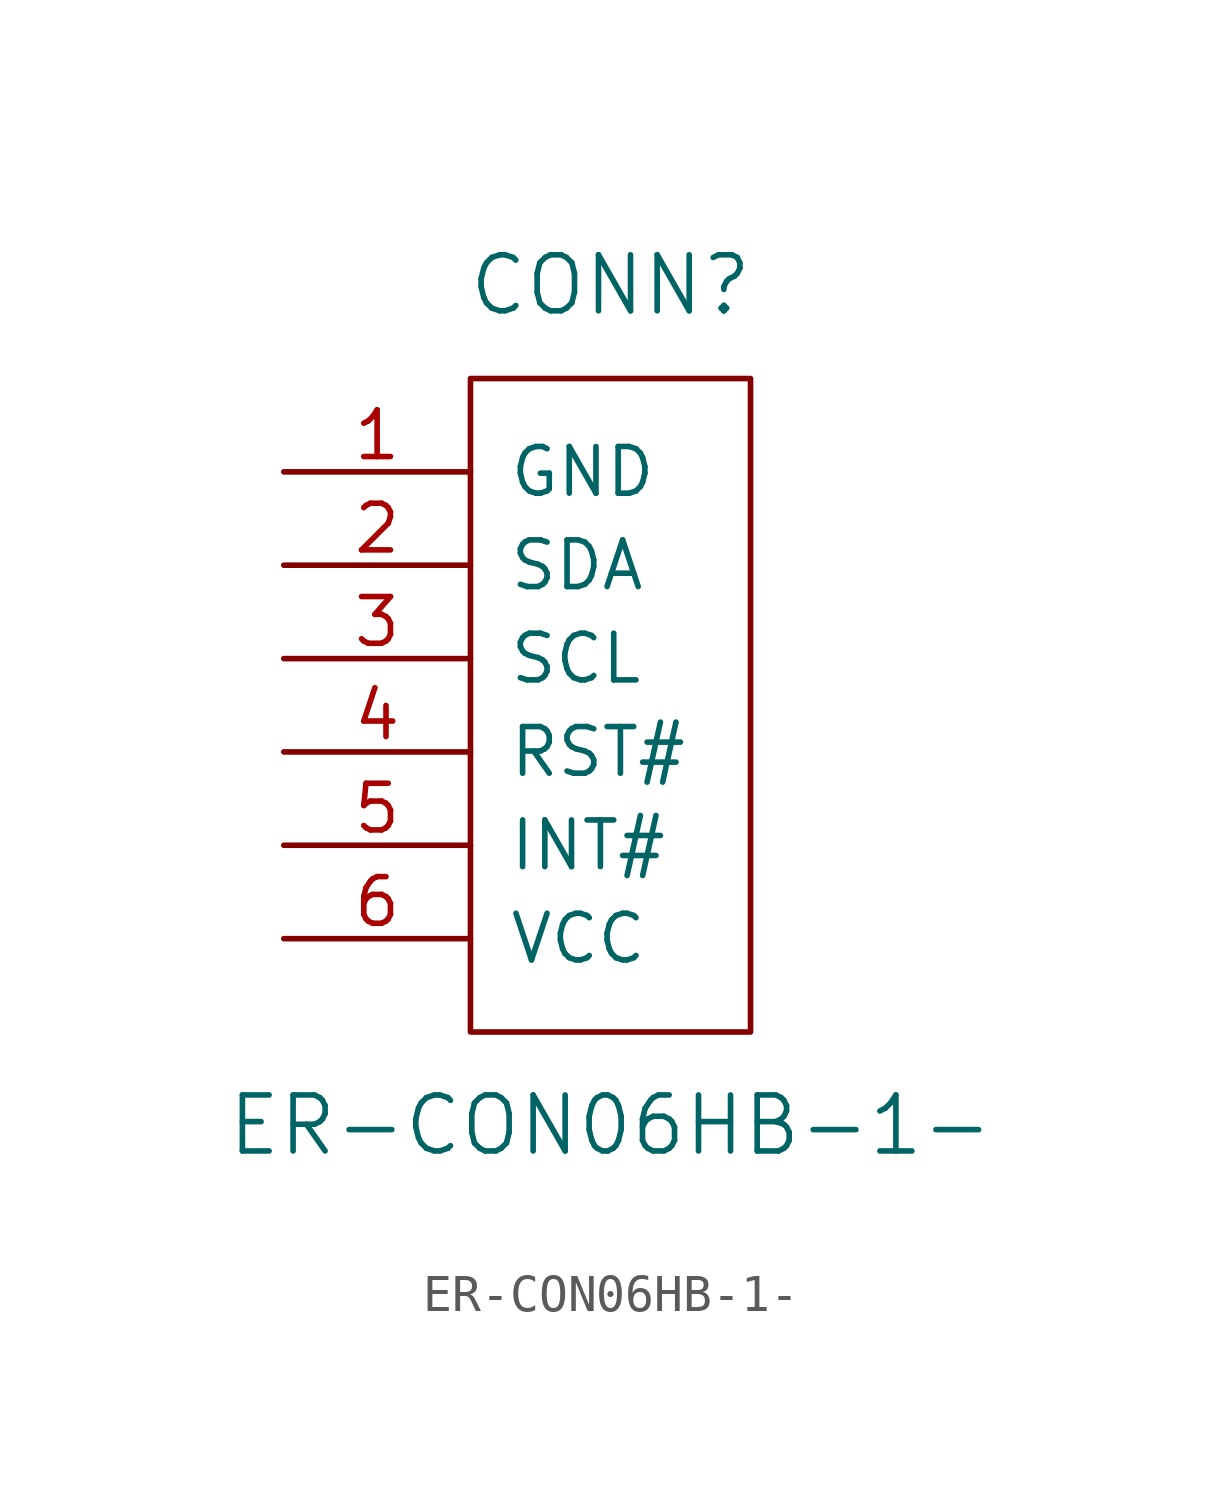
<source format=kicad_sym>
(kicad_symbol_lib
  (version 20231120)
  (generator "kicad_symbol_editor")
  (generator_version "8.0")
  (symbol "ER-CON06HB-1-"
    (pin_names
      (offset 1.016))
    (property "Reference" "CONN"
      (at 0 13.97 0)
      (effects (font (size 1.524 1.524))))
    (property "Value" "ER-CON06HB-1-"
      (at 0 -8.89 0)
      (effects (font (size 1.524 1.524))))
    (symbol "ER-CON06HB-1-_0_1"
      (rectangle (start -3.81 11.43) (end 3.81 -6.35) (stroke (width 0) (type solid)) (fill (type none))))
    (symbol "ER-CON06HB-1-_1_1"
      (pin power_in line (at -8.89 8.89 0) (length 5.08) (name "GND" (effects (font (size 1.27 1.27)))) (number "1" (effects (font (size 1.27 1.27)))))
      (pin bidirectional line (at -8.89 6.35 0) (length 5.08) (name "SDA" (effects (font (size 1.27 1.27)))) (number "2" (effects (font (size 1.27 1.27)))))
      (pin bidirectional line (at -8.89 3.81 0) (length 5.08) (name "SCL" (effects (font (size 1.27 1.27)))) (number "3" (effects (font (size 1.27 1.27)))))
      (pin input line (at -8.89 1.27 0) (length 5.08) (name "RST#" (effects (font (size 1.27 1.27)))) (number "4" (effects (font (size 1.27 1.27)))))
      (pin output line (at -8.89 -1.27 0) (length 5.08) (name "INT#" (effects (font (size 1.27 1.27)))) (number "5" (effects (font (size 1.27 1.27)))))
      (pin power_in line (at -8.89 -3.81 0) (length 5.08) (name "VCC" (effects (font (size 1.27 1.27)))) (number "6" (effects (font (size 1.27 1.27))))))))
</source>
